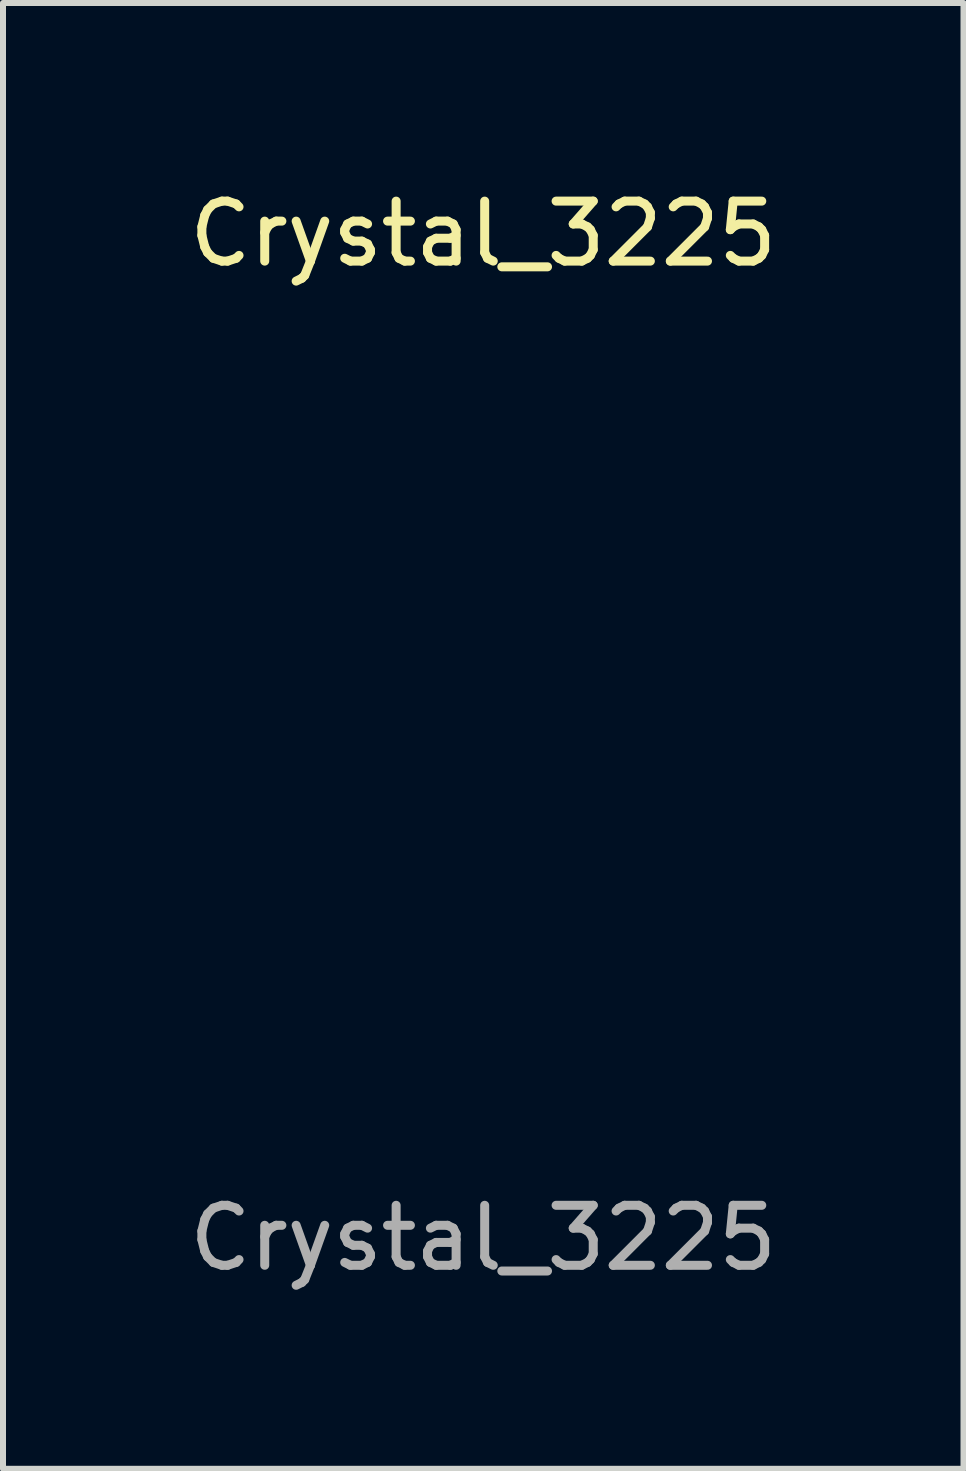
<source format=kicad_pcb>
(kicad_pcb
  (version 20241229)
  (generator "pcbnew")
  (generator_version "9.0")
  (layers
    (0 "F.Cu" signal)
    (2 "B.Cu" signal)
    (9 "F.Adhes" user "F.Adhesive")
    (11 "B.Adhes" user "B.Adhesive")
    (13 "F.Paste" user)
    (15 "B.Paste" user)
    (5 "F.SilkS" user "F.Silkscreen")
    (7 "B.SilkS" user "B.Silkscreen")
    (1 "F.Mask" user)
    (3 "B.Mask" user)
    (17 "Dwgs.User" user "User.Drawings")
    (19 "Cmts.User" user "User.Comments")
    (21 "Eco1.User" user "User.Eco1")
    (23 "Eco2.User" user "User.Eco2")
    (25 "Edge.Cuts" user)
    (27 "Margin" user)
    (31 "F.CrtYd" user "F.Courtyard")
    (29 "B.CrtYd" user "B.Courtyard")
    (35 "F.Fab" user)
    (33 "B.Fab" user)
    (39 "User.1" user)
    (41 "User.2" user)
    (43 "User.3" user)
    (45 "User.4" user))
  (footprint "Crystal_3225"
    (layer "F.Cu")
    (at 5.006 8.468)
    (property "Reference" "Crystal_3225" (at 0 -7.62 0) (unlocked yes) (layer "F.SilkS") (effects (font (size 1 1) (thickness 0.15))))
    (attr smd)
    (fp_text user "${REFERENCE}" (at 0 9.12 0) (unlocked yes) (layer "F.Fab") (effects (font (size 1 1) (thickness 0.15)))))
  (gr_rect
    (start -3 -3)
    (end 13.012 21.436)
    (stroke (width 0.1) (type default))
    (fill no)
    (layer "Edge.Cuts")))
</source>
